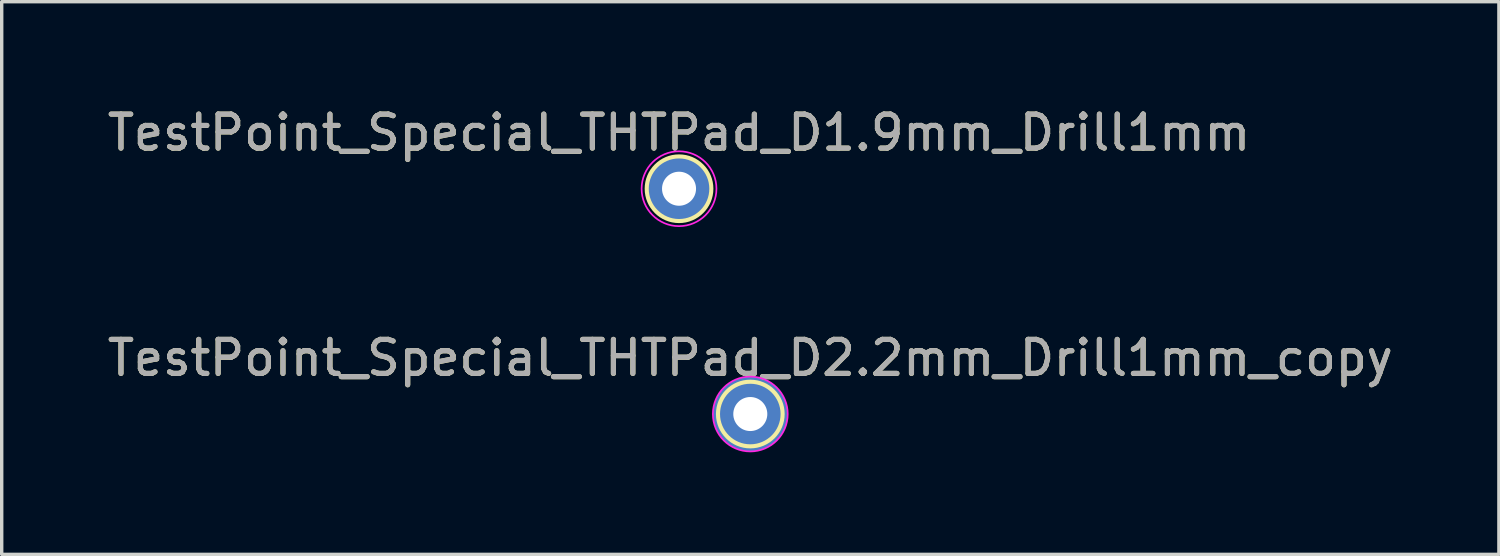
<source format=kicad_pcb>
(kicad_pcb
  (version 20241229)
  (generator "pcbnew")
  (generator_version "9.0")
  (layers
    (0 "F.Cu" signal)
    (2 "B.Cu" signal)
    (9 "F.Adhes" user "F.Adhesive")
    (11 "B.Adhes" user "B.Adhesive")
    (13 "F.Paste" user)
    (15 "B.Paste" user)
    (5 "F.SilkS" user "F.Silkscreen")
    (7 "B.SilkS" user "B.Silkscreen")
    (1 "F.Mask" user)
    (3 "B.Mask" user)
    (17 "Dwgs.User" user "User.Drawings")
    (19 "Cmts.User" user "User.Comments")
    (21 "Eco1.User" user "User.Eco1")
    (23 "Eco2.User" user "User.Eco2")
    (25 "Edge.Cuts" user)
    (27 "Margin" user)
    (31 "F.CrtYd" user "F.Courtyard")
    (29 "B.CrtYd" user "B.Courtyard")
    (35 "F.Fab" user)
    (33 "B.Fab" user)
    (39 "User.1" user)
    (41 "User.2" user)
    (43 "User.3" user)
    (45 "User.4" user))
  (footprint "TestPoint_Special_THTPad_D2.2mm_Drill1mm_copy"
    (layer "F.Cu")
    (at 19.006 9.121)
    (property "Reference" "TestPoint_Special_THTPad_D2.2mm_Drill1mm_copy" (at 0 -1.648 0) (layer "F.SilkS") (effects (font (size 1 1) (thickness 0.15))))
    (attr exclude_from_pos_files exclude_from_bom)
    (fp_circle (center 0 0) (end 0 0.95) (stroke (width 0.12) (type solid)) (fill no) (layer "F.SilkS"))
    (fp_circle (center 0 0) (end 1.1 0) (stroke (width 0.05) (type solid)) (fill no) (layer "F.CrtYd"))
    (fp_text user "${REFERENCE}" (at 0 -1.65 0) (layer "F.Fab") (effects (font (size 1 1) (thickness 0.15))))
    (pad "1" thru_hole circle (at 0 0) (size 2.2 2.2) (drill 1) (layers "*.Cu" "*.Mask")))
  (footprint "TestPoint_Special_THTPad_D1.9mm_Drill1mm"
    (layer "F.Cu")
    (at 16.911 2.498)
    (property "Reference" "TestPoint_Special_THTPad_D1.9mm_Drill1mm" (at 0 -1.648 0) (layer "F.SilkS") (effects (font (size 1 1) (thickness 0.15))))
    (attr exclude_from_pos_files exclude_from_bom)
    (fp_circle (center 0 0) (end 0 0.95) (stroke (width 0.12) (type solid)) (fill no) (layer "F.SilkS"))
    (fp_circle (center 0 0) (end 1.1 0) (stroke (width 0.05) (type solid)) (fill no) (layer "F.CrtYd"))
    (fp_text user "${REFERENCE}" (at 0 -1.65 0) (layer "F.Fab") (effects (font (size 1 1) (thickness 0.15))))
    (pad "1" thru_hole circle (at 0 0) (size 1.9 1.9) (drill 1) (layers "*.Cu" "*.Mask")))
  (gr_rect
    (start -3 -3)
    (end 41.012 13.246)
    (stroke (width 0.1) (type default))
    (fill no)
    (layer "Edge.Cuts")))
</source>
